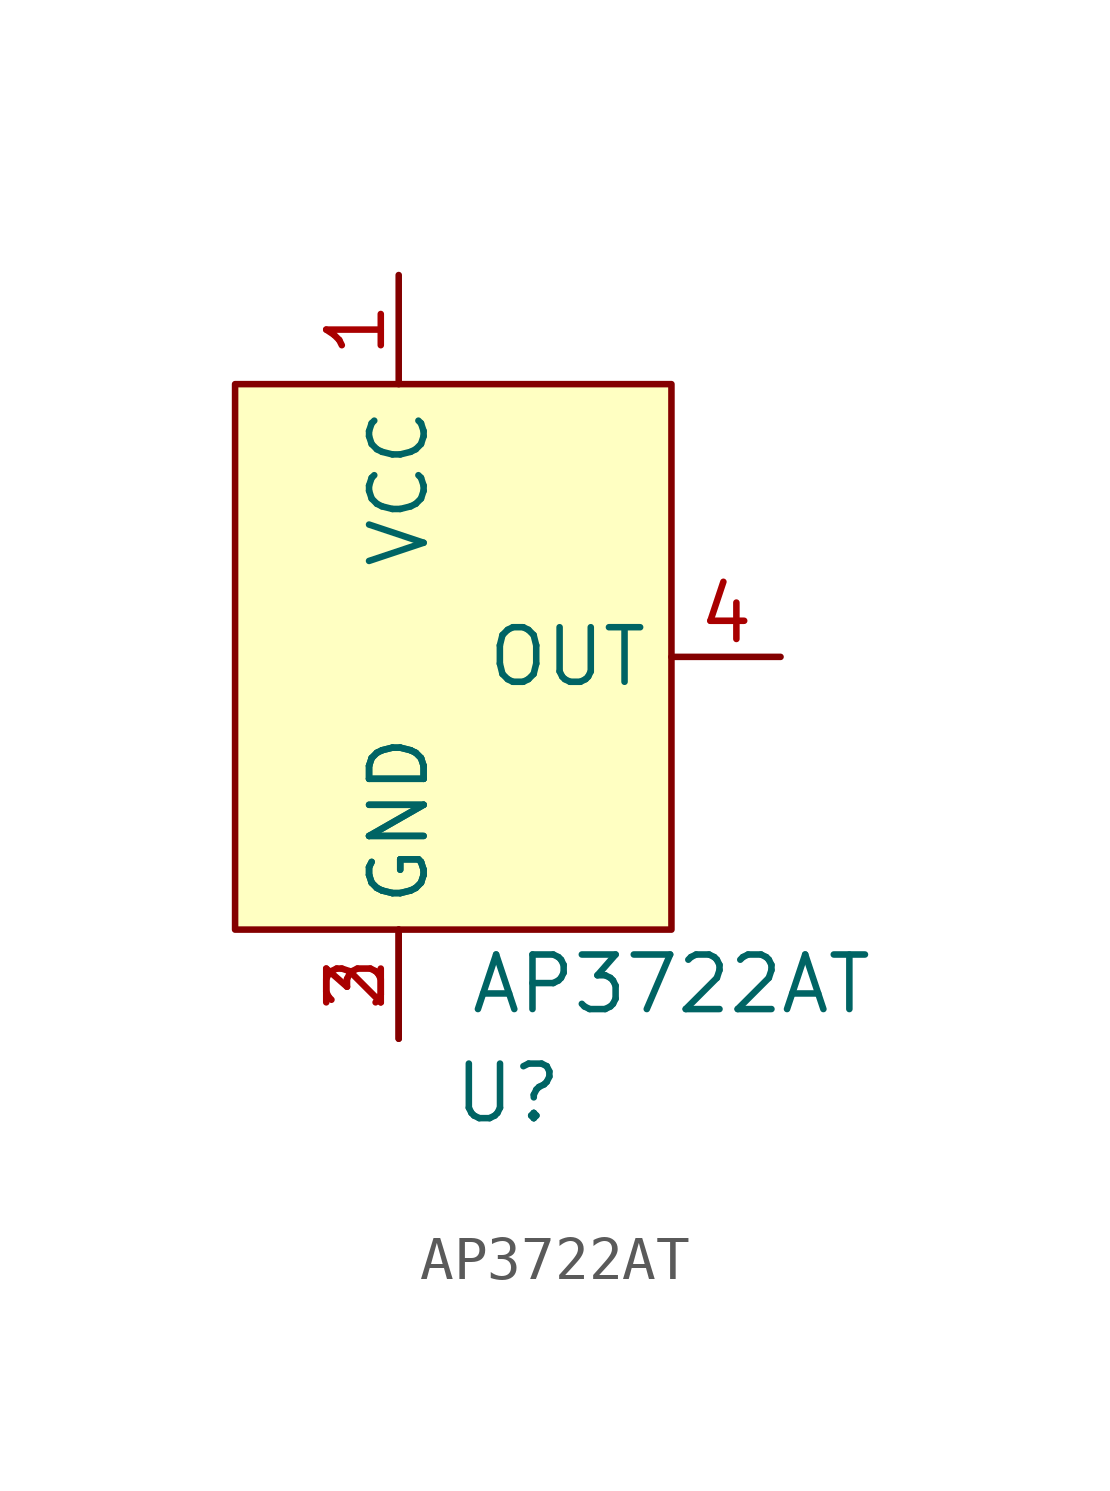
<source format=kicad_sym>
(kicad_symbol_lib
  (version 20220914)
  (generator kicad_symbol_editor)
  (symbol "AP3722AT"
    (property "Reference" "U"
      (at 2.54 -10.16 0)
      (effects (font (size 1.27 1.27))))
    (property "Value" "AP3722AT"
      (at 6.35 -7.62 0)
      (effects (font (size 1.27 1.27))))
    (symbol "AP3722AT_0_0"
      (pin power_in line (at 0 8.89 270) (length 2.54) (name "VCC" (effects (font (size 1.27 1.27)))) (number "1" (effects (font (size 1.27 1.27)))))
      (pin power_in line (at 0 -8.89 90) (length 2.54) (name "GND" (effects (font (size 1.27 1.27)))) (number "2" (effects (font (size 1.27 1.27)))))
      (pin power_in line (at 0 -8.89 90) (length 2.54) (name "GND" (effects (font (size 1.27 1.27)))) (number "3" (effects (font (size 1.27 1.27)))))
      (pin output line (at 8.89 0 180) (length 2.54) (name "OUT" (effects (font (size 1.27 1.27)))) (number "4" (effects (font (size 1.27 1.27))))))
    (symbol "AP3722AT_0_1"
      (rectangle (start -3.81 6.35) (end 6.35 -6.35) (stroke (width 0) (type default)) (fill (type background))))))
</source>
